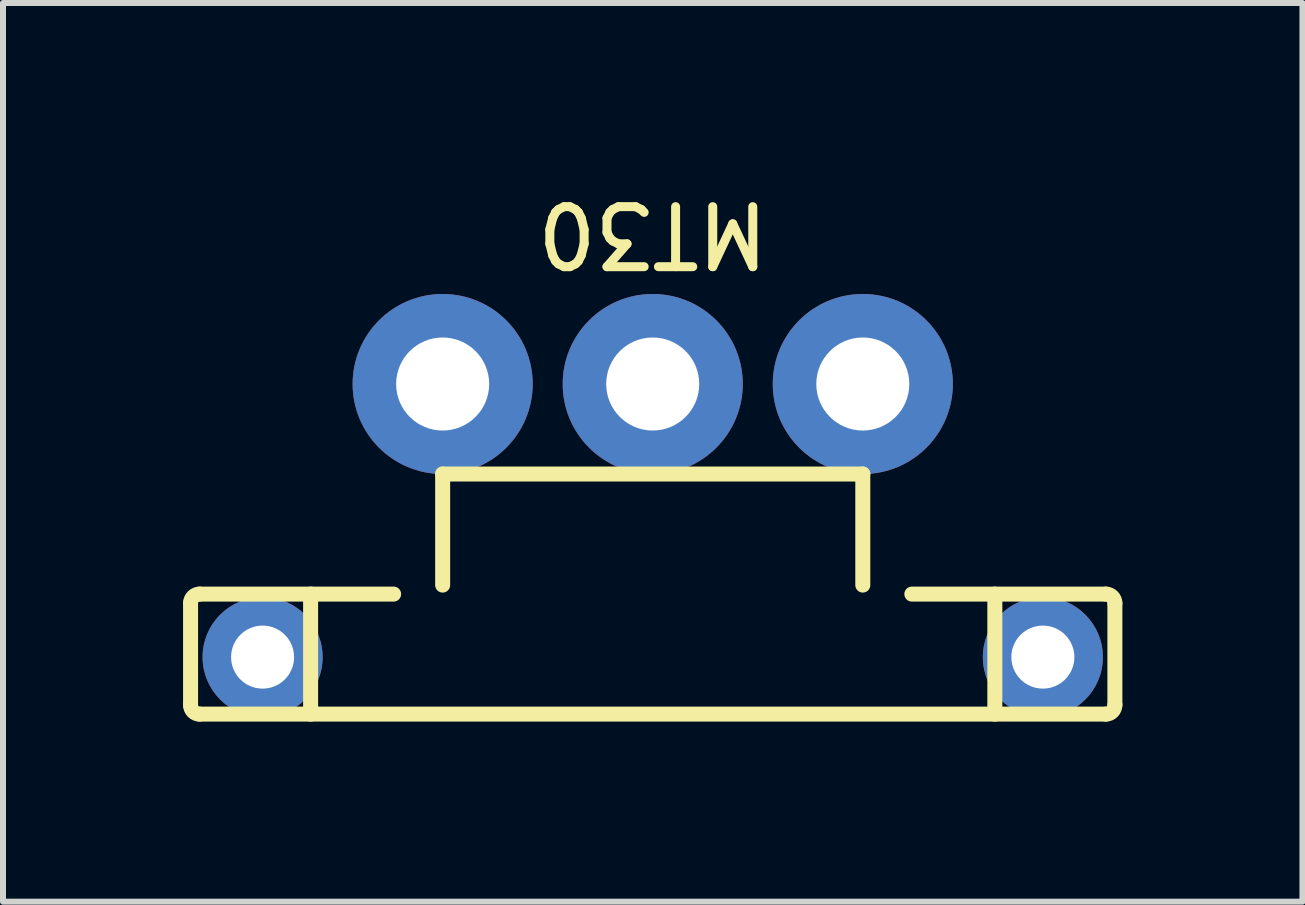
<source format=kicad_pcb>
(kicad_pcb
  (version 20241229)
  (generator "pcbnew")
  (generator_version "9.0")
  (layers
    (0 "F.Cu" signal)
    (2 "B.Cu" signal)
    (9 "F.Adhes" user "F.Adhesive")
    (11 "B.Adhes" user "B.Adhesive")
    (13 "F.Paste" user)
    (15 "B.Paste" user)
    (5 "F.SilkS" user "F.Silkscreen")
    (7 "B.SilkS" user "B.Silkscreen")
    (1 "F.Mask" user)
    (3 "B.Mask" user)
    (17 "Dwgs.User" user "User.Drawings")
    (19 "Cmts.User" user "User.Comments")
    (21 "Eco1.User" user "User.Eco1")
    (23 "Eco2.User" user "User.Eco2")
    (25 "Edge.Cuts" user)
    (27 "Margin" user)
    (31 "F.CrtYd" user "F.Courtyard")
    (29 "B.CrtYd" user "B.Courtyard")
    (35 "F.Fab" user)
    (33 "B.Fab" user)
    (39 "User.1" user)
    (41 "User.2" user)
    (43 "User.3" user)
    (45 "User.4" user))
  (footprint "MT30"
    (layer "F.Cu")
    (at 7.825 4.848)
    (property "Reference" "MT30" (at 0 -4 180) (unlocked yes) (layer "F.SilkS") (effects (font (size 1 1) (thickness 0.15))))
    (attr smd)
    (fp_line (start -7.7 2.15) (end -7.7 3.85) (stroke (width 0.25) (type solid)) (layer "F.SilkS"))
    (fp_line (start -5.7 4) (end -5.7 2) (stroke (width 0.25) (type solid)) (layer "F.SilkS"))
    (fp_line (start -4.317 2) (end -7.55 2) (stroke (width 0.25) (type solid)) (layer "F.SilkS"))
    (fp_line (start -3.5 1.85) (end -3.5 0) (stroke (width 0.25) (type solid)) (layer "F.SilkS"))
    (fp_line (start 3.5 0) (end -3.5 0) (stroke (width 0.25) (type solid)) (layer "F.SilkS"))
    (fp_line (start 3.5 1.85) (end 3.5 0) (stroke (width 0.25) (type solid)) (layer "F.SilkS"))
    (fp_line (start 5.7 2) (end 5.7 4) (stroke (width 0.25) (type solid)) (layer "F.SilkS"))
    (fp_line (start 7.55 2) (end 4.317 2) (stroke (width 0.25) (type solid)) (layer "F.SilkS"))
    (fp_line (start 7.55 4) (end -7.55 4) (stroke (width 0.25) (type solid)) (layer "F.SilkS"))
    (fp_line (start 7.7 3.85) (end 7.7 2.15) (stroke (width 0.25) (type solid)) (layer "F.SilkS"))
    (fp_arc (start -7.7 2.15) (mid -7.656066 2.043934) (end -7.55 2) (stroke (width 0.25) (type solid)) (layer "F.SilkS"))
    (fp_arc (start -7.55 4) (mid -7.656066 3.956066) (end -7.7 3.85) (stroke (width 0.25) (type solid)) (layer "F.SilkS"))
    (fp_arc (start 7.55 2) (mid 7.656066 2.043934) (end 7.7 2.15) (stroke (width 0.25) (type solid)) (layer "F.SilkS"))
    (fp_arc (start 7.7 3.85) (mid 7.656066 3.956066) (end 7.55 4) (stroke (width 0.25) (type solid)) (layer "F.SilkS"))
    (pad "-" thru_hole circle (at -6.5 3.05 180) (size 2 2) (drill 1.05) (layers "*.Cu" "*.Mask"))
    (pad "-" thru_hole circle (at 6.5 3.05 180) (size 2 2) (drill 1.05) (layers "*.Cu" "*.Mask"))
    (pad "1" thru_hole circle (at 3.5 -1.5 180) (size 3 3) (drill 1.55) (layers "*.Cu" "*.Mask"))
    (pad "2" thru_hole circle (at 0 -1.5 180) (size 3 3) (drill 1.55) (layers "*.Cu" "*.Mask"))
    (pad "3" thru_hole circle (at -3.5 -1.5 180) (size 3 3) (drill 1.55) (layers "*.Cu" "*.Mask")))
  (gr_rect
    (start -3 -3)
    (end 18.65 11.973)
    (stroke (width 0.1) (type default))
    (fill no)
    (layer "Edge.Cuts")))
</source>
